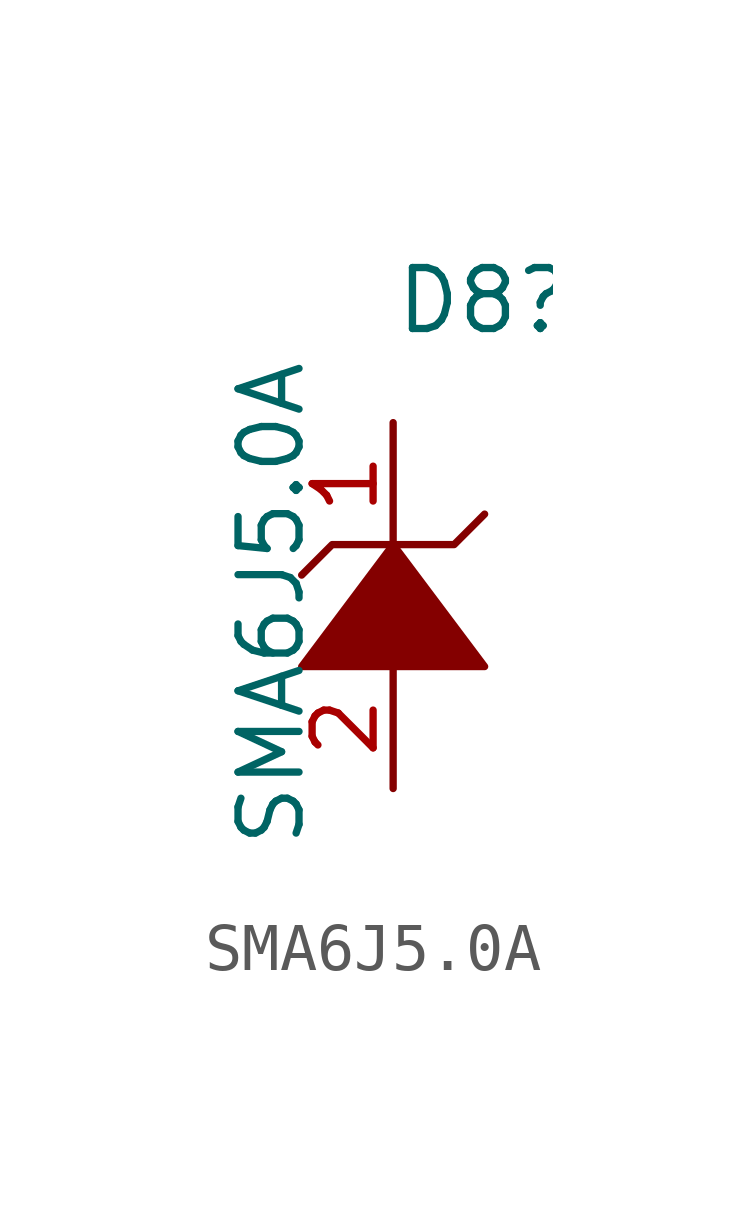
<source format=kicad_sym>
(kicad_symbol_lib
  (version 20220914)
  (generator kicad_symbol_editor)
  (symbol "SMA6J5.0A"
    (pin_names
      (offset 1.016))
    (property "Reference" "D8"
      (at 0 5.08 0)
      (effects (font (size 1.27 1.27)) (justify left)))
    (property "Value" "SMA6J5.0A"
      (at -2.54 -6.35 90)
      (effects (font (size 1.27 1.27)) (justify left)))
    (symbol "SMA6J5.0A_0_1"
      (polyline (pts (xy -1.905 -2.54) (xy 1.905 -2.54) (xy 0 0) (xy -1.905 -2.54)) (stroke (width 0) (type solid)) (fill (type outline)))
      (polyline (pts (xy -1.905 -0.635) (xy -1.27 0) (xy 1.27 0) (xy 1.905 0.635)) (stroke (width 0) (type solid)) (fill (type none))))
    (symbol "SMA6J5.0A_1_1"
      (pin unspecified line (at 0 2.54 270) (length 2.54) (name "~" (effects (font (size 1.27 1.27)))) (number "1" (effects (font (size 1.27 1.27)))))
      (pin unspecified line (at 0 -5.08 90) (length 2.54) (name "~" (effects (font (size 1.27 1.27)))) (number "2" (effects (font (size 1.27 1.27))))))))
</source>
